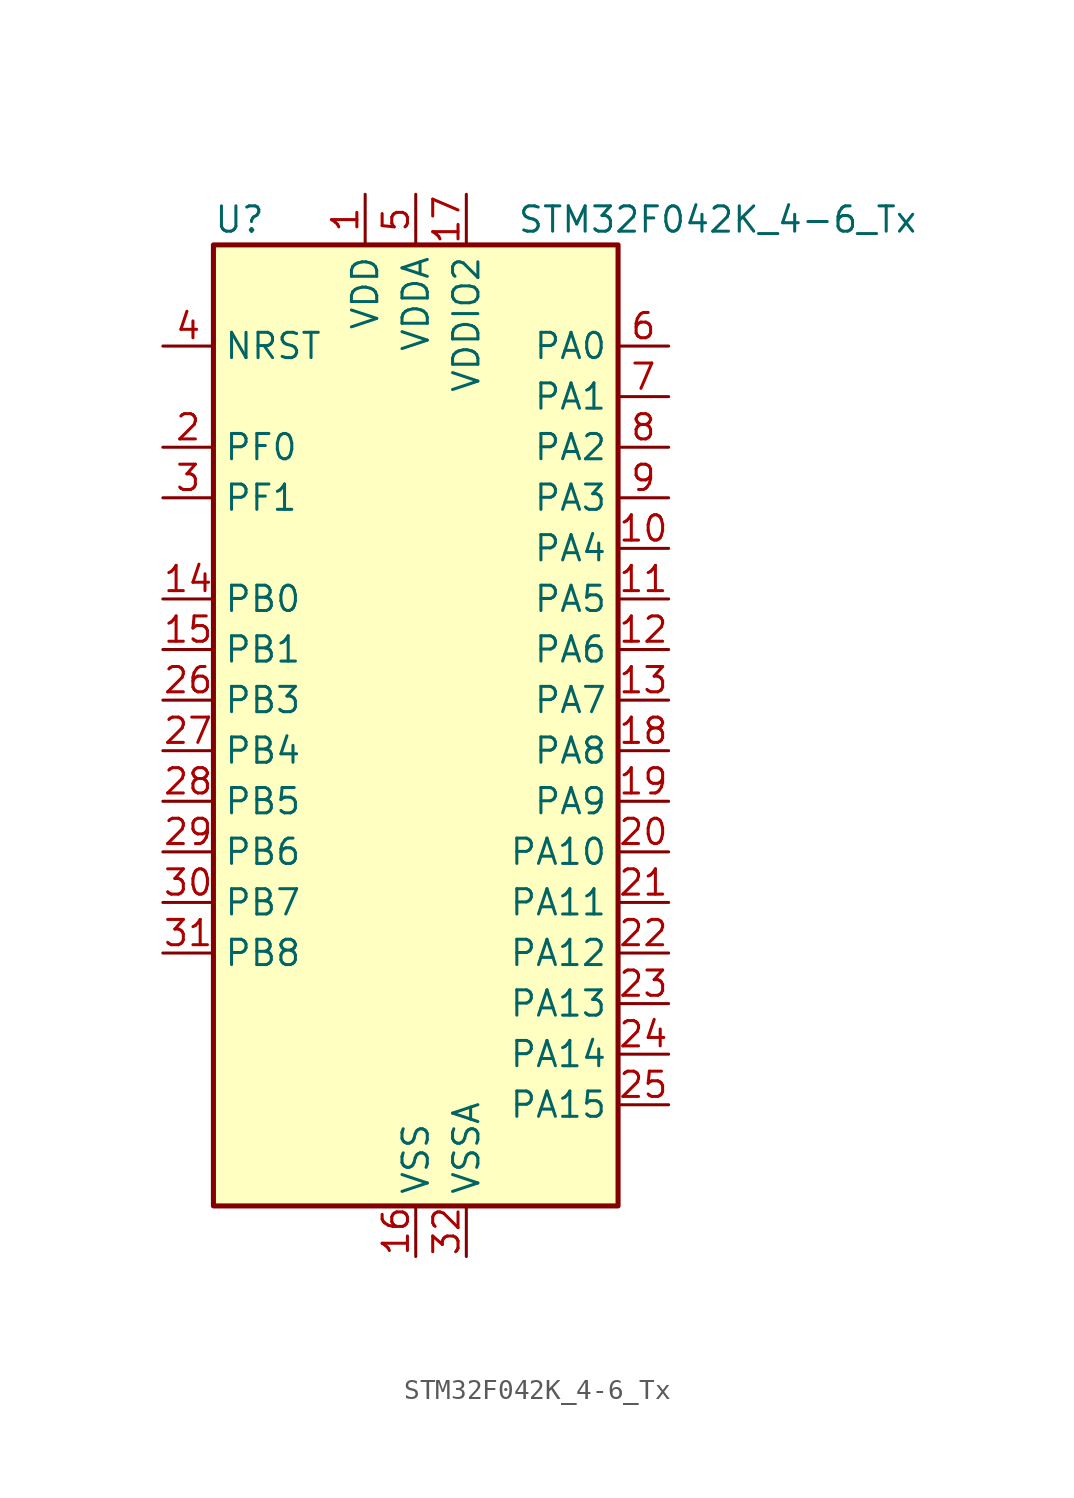
<source format=kicad_sym>
(kicad_symbol_lib
  (version 20241209)
  (generator "kicad_symbol_editor")
  (generator_version "9.0")
  (symbol "STM32F042K_4-6_Tx"
    (property "Reference" "U"
      (at -10.16 26.67 0)
      (effects (font (size 1.27 1.27)) (justify left)))
    (property "Value" "STM32F042K_4-6_Tx"
      (at 5.08 26.67 0)
      (effects (font (size 1.27 1.27)) (justify left)))
    (symbol "STM32F042K_4-6_Tx_0_1"
      (rectangle (start -10.16 -22.86) (end 10.16 25.4) (stroke (width 0.254) (type default)) (fill (type background))))
    (symbol "STM32F042K_4-6_Tx_1_1"
      (pin input line (at -12.7 20.32 0) (length 2.54) (name "NRST" (effects (font (size 1.27 1.27)))) (number "4" (effects (font (size 1.27 1.27)))))
      (pin bidirectional line (at -12.7 15.24 0) (length 2.54) (name "PF0" (effects (font (size 1.27 1.27)))) (number "2" (effects (font (size 1.27 1.27)))) (alternate "CRS_SYNC" bidirectional line) (alternate "I2C1_SDA" bidirectional line) (alternate "RCC_OSC_IN" bidirectional line))
      (pin bidirectional line (at -12.7 12.7 0) (length 2.54) (name "PF1" (effects (font (size 1.27 1.27)))) (number "3" (effects (font (size 1.27 1.27)))) (alternate "I2C1_SCL" bidirectional line) (alternate "RCC_OSC_OUT" bidirectional line))
      (pin bidirectional line (at -12.7 7.62 0) (length 2.54) (name "PB0" (effects (font (size 1.27 1.27)))) (number "14" (effects (font (size 1.27 1.27)))) (alternate "ADC_IN8" bidirectional line) (alternate "TIM1_CH2N" bidirectional line) (alternate "TIM3_CH3" bidirectional line) (alternate "TSC_G3_IO2" bidirectional line))
      (pin bidirectional line (at -12.7 5.08 0) (length 2.54) (name "PB1" (effects (font (size 1.27 1.27)))) (number "15" (effects (font (size 1.27 1.27)))) (alternate "ADC_IN9" bidirectional line) (alternate "TIM14_CH1" bidirectional line) (alternate "TIM1_CH3N" bidirectional line) (alternate "TIM3_CH4" bidirectional line) (alternate "TSC_G3_IO3" bidirectional line))
      (pin bidirectional line (at -12.7 2.54 0) (length 2.54) (name "PB3" (effects (font (size 1.27 1.27)))) (number "26" (effects (font (size 1.27 1.27)))) (alternate "I2S1_CK" bidirectional line) (alternate "SPI1_SCK" bidirectional line) (alternate "TIM2_CH2" bidirectional line) (alternate "TSC_G5_IO1" bidirectional line))
      (pin bidirectional line (at -12.7 0 0) (length 2.54) (name "PB4" (effects (font (size 1.27 1.27)))) (number "27" (effects (font (size 1.27 1.27)))) (alternate "I2S1_MCK" bidirectional line) (alternate "SPI1_MISO" bidirectional line) (alternate "TIM17_BKIN" bidirectional line) (alternate "TIM3_CH1" bidirectional line) (alternate "TSC_G5_IO2" bidirectional line))
      (pin bidirectional line (at -12.7 -2.54 0) (length 2.54) (name "PB5" (effects (font (size 1.27 1.27)))) (number "28" (effects (font (size 1.27 1.27)))) (alternate "I2C1_SMBA" bidirectional line) (alternate "I2S1_SD" bidirectional line) (alternate "SPI1_MOSI" bidirectional line) (alternate "SYS_WKUP6" bidirectional line) (alternate "TIM16_BKIN" bidirectional line) (alternate "TIM3_CH2" bidirectional line))
      (pin bidirectional line (at -12.7 -5.08 0) (length 2.54) (name "PB6" (effects (font (size 1.27 1.27)))) (number "29" (effects (font (size 1.27 1.27)))) (alternate "I2C1_SCL" bidirectional line) (alternate "TIM16_CH1N" bidirectional line) (alternate "TSC_G5_IO3" bidirectional line) (alternate "USART1_TX" bidirectional line))
      (pin bidirectional line (at -12.7 -7.62 0) (length 2.54) (name "PB7" (effects (font (size 1.27 1.27)))) (number "30" (effects (font (size 1.27 1.27)))) (alternate "I2C1_SDA" bidirectional line) (alternate "TIM17_CH1N" bidirectional line) (alternate "TSC_G5_IO4" bidirectional line) (alternate "USART1_RX" bidirectional line))
      (pin bidirectional line (at -12.7 -10.16 0) (length 2.54) (name "PB8" (effects (font (size 1.27 1.27)))) (number "31" (effects (font (size 1.27 1.27)))) (alternate "CAN_RX" bidirectional line) (alternate "CEC" bidirectional line) (alternate "I2C1_SCL" bidirectional line) (alternate "TIM16_CH1" bidirectional line) (alternate "TSC_SYNC" bidirectional line))
      (pin power_in line (at -2.54 27.94 270) (length 2.54) (name "VDD" (effects (font (size 1.27 1.27)))) (number "1" (effects (font (size 1.27 1.27)))))
      (pin power_in line (at 0 27.94 270) (length 2.54) (name "VDDA" (effects (font (size 1.27 1.27)))) (number "5" (effects (font (size 1.27 1.27)))))
      (pin power_in line (at 0 -25.4 90) (length 2.54) (name "VSS" (effects (font (size 1.27 1.27)))) (number "16" (effects (font (size 1.27 1.27)))))
      (pin power_in line (at 2.54 27.94 270) (length 2.54) (name "VDDIO2" (effects (font (size 1.27 1.27)))) (number "17" (effects (font (size 1.27 1.27)))))
      (pin power_in line (at 2.54 -25.4 90) (length 2.54) (name "VSSA" (effects (font (size 1.27 1.27)))) (number "32" (effects (font (size 1.27 1.27)))))
      (pin bidirectional line (at 12.7 20.32 180) (length 2.54) (name "PA0" (effects (font (size 1.27 1.27)))) (number "6" (effects (font (size 1.27 1.27)))) (alternate "ADC_IN0" bidirectional line) (alternate "RTC_TAMP2" bidirectional line) (alternate "SYS_WKUP1" bidirectional line) (alternate "TIM2_CH1" bidirectional line) (alternate "TIM2_ETR" bidirectional line) (alternate "TSC_G1_IO1" bidirectional line) (alternate "USART2_CTS" bidirectional line))
      (pin bidirectional line (at 12.7 17.78 180) (length 2.54) (name "PA1" (effects (font (size 1.27 1.27)))) (number "7" (effects (font (size 1.27 1.27)))) (alternate "ADC_IN1" bidirectional line) (alternate "TIM2_CH2" bidirectional line) (alternate "TSC_G1_IO2" bidirectional line) (alternate "USART2_DE" bidirectional line) (alternate "USART2_RTS" bidirectional line))
      (pin bidirectional line (at 12.7 15.24 180) (length 2.54) (name "PA2" (effects (font (size 1.27 1.27)))) (number "8" (effects (font (size 1.27 1.27)))) (alternate "ADC_IN2" bidirectional line) (alternate "SYS_WKUP4" bidirectional line) (alternate "TIM2_CH3" bidirectional line) (alternate "TSC_G1_IO3" bidirectional line) (alternate "USART2_TX" bidirectional line))
      (pin bidirectional line (at 12.7 12.7 180) (length 2.54) (name "PA3" (effects (font (size 1.27 1.27)))) (number "9" (effects (font (size 1.27 1.27)))) (alternate "ADC_IN3" bidirectional line) (alternate "TIM2_CH4" bidirectional line) (alternate "TSC_G1_IO4" bidirectional line) (alternate "USART2_RX" bidirectional line))
      (pin bidirectional line (at 12.7 10.16 180) (length 2.54) (name "PA4" (effects (font (size 1.27 1.27)))) (number "10" (effects (font (size 1.27 1.27)))) (alternate "ADC_IN4" bidirectional line) (alternate "I2S1_WS" bidirectional line) (alternate "SPI1_NSS" bidirectional line) (alternate "TIM14_CH1" bidirectional line) (alternate "TSC_G2_IO1" bidirectional line) (alternate "USART2_CK" bidirectional line) (alternate "USB_NOE" bidirectional line))
      (pin bidirectional line (at 12.7 7.62 180) (length 2.54) (name "PA5" (effects (font (size 1.27 1.27)))) (number "11" (effects (font (size 1.27 1.27)))) (alternate "ADC_IN5" bidirectional line) (alternate "CEC" bidirectional line) (alternate "I2S1_CK" bidirectional line) (alternate "SPI1_SCK" bidirectional line) (alternate "TIM2_CH1" bidirectional line) (alternate "TIM2_ETR" bidirectional line) (alternate "TSC_G2_IO2" bidirectional line))
      (pin bidirectional line (at 12.7 5.08 180) (length 2.54) (name "PA6" (effects (font (size 1.27 1.27)))) (number "12" (effects (font (size 1.27 1.27)))) (alternate "ADC_IN6" bidirectional line) (alternate "I2S1_MCK" bidirectional line) (alternate "SPI1_MISO" bidirectional line) (alternate "TIM16_CH1" bidirectional line) (alternate "TIM1_BKIN" bidirectional line) (alternate "TIM3_CH1" bidirectional line) (alternate "TSC_G2_IO3" bidirectional line))
      (pin bidirectional line (at 12.7 2.54 180) (length 2.54) (name "PA7" (effects (font (size 1.27 1.27)))) (number "13" (effects (font (size 1.27 1.27)))) (alternate "ADC_IN7" bidirectional line) (alternate "I2S1_SD" bidirectional line) (alternate "SPI1_MOSI" bidirectional line) (alternate "TIM14_CH1" bidirectional line) (alternate "TIM17_CH1" bidirectional line) (alternate "TIM1_CH1N" bidirectional line) (alternate "TIM3_CH2" bidirectional line) (alternate "TSC_G2_IO4" bidirectional line))
      (pin bidirectional line (at 12.7 0 180) (length 2.54) (name "PA8" (effects (font (size 1.27 1.27)))) (number "18" (effects (font (size 1.27 1.27)))) (alternate "CRS_SYNC" bidirectional line) (alternate "RCC_MCO" bidirectional line) (alternate "TIM1_CH1" bidirectional line) (alternate "USART1_CK" bidirectional line))
      (pin bidirectional line (at 12.7 -2.54 180) (length 2.54) (name "PA9" (effects (font (size 1.27 1.27)))) (number "19" (effects (font (size 1.27 1.27)))) (alternate "I2C1_SCL" bidirectional line) (alternate "TIM1_CH2" bidirectional line) (alternate "TSC_G4_IO1" bidirectional line) (alternate "USART1_TX" bidirectional line))
      (pin bidirectional line (at 12.7 -5.08 180) (length 2.54) (name "PA10" (effects (font (size 1.27 1.27)))) (number "20" (effects (font (size 1.27 1.27)))) (alternate "I2C1_SDA" bidirectional line) (alternate "TIM17_BKIN" bidirectional line) (alternate "TIM1_CH3" bidirectional line) (alternate "TSC_G4_IO2" bidirectional line) (alternate "USART1_RX" bidirectional line))
      (pin bidirectional line (at 12.7 -7.62 180) (length 2.54) (name "PA11" (effects (font (size 1.27 1.27)))) (number "21" (effects (font (size 1.27 1.27)))) (alternate "CAN_RX" bidirectional line) (alternate "I2C1_SCL" bidirectional line) (alternate "TIM1_CH4" bidirectional line) (alternate "TSC_G4_IO3" bidirectional line) (alternate "USART1_CTS" bidirectional line) (alternate "USB_DM" bidirectional line))
      (pin bidirectional line (at 12.7 -10.16 180) (length 2.54) (name "PA12" (effects (font (size 1.27 1.27)))) (number "22" (effects (font (size 1.27 1.27)))) (alternate "CAN_TX" bidirectional line) (alternate "I2C1_SDA" bidirectional line) (alternate "TIM1_ETR" bidirectional line) (alternate "TSC_G4_IO4" bidirectional line) (alternate "USART1_DE" bidirectional line) (alternate "USART1_RTS" bidirectional line) (alternate "USB_DP" bidirectional line))
      (pin bidirectional line (at 12.7 -12.7 180) (length 2.54) (name "PA13" (effects (font (size 1.27 1.27)))) (number "23" (effects (font (size 1.27 1.27)))) (alternate "IR_OUT" bidirectional line) (alternate "SYS_SWDIO" bidirectional line) (alternate "USB_NOE" bidirectional line))
      (pin bidirectional line (at 12.7 -15.24 180) (length 2.54) (name "PA14" (effects (font (size 1.27 1.27)))) (number "24" (effects (font (size 1.27 1.27)))) (alternate "SYS_SWCLK" bidirectional line) (alternate "USART2_TX" bidirectional line))
      (pin bidirectional line (at 12.7 -17.78 180) (length 2.54) (name "PA15" (effects (font (size 1.27 1.27)))) (number "25" (effects (font (size 1.27 1.27)))) (alternate "I2S1_WS" bidirectional line) (alternate "SPI1_NSS" bidirectional line) (alternate "TIM2_CH1" bidirectional line) (alternate "TIM2_ETR" bidirectional line) (alternate "USART2_RX" bidirectional line) (alternate "USB_NOE" bidirectional line)))))
</source>
